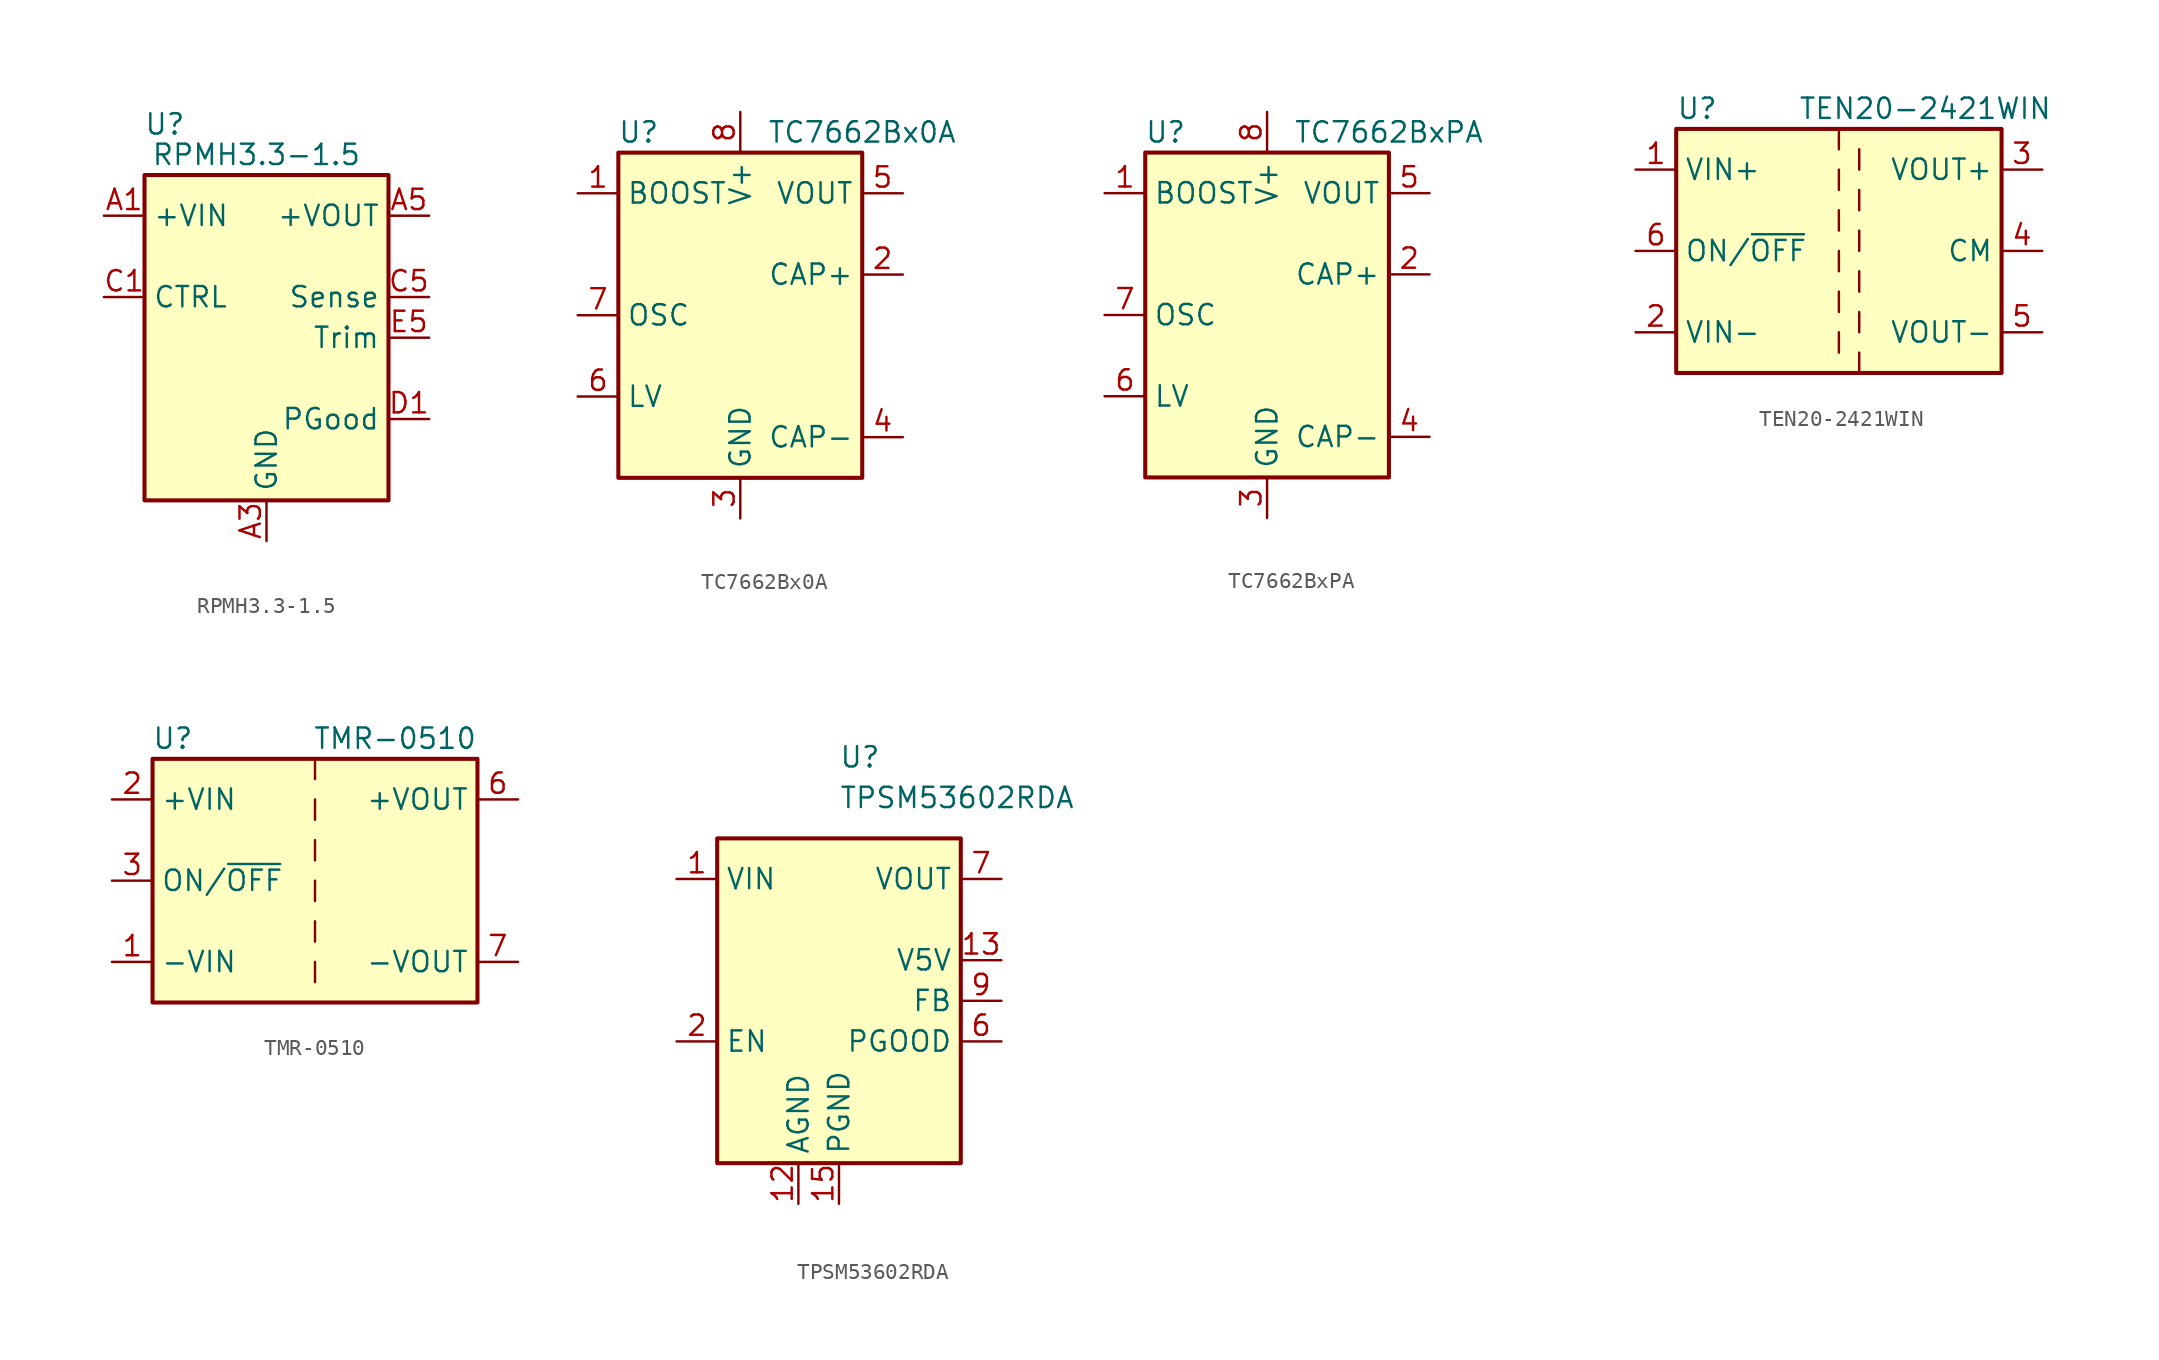
<source format=kicad_sym>
(kicad_symbol_lib
  (version 20211014)
  (generator kicad_symbol_editor)
  (symbol "RPMH3.3-1.5"
    (property "Reference" "U"
      (at -6.35 13.335 0)
      (effects (font (size 1.27 1.27))))
    (property "Value" "RPMH3.3-1.5"
      (at -0.635 11.43 0)
      (effects (font (size 1.27 1.27))))
    (symbol "RPMH3.3-1.5_0_1"
      (rectangle (start -7.62 10.16) (end 7.62 -10.16) (stroke (width 0.254) (type default) (color 0 0 0 0)) (fill (type background))))
    (symbol "RPMH3.3-1.5_1_1"
      (pin power_in line (at -10.16 7.62 0) (length 2.54) (name "+VIN" (effects (font (size 1.27 1.27)))) (number "A1" (effects (font (size 1.27 1.27)))))
      (pin passive line (at -10.16 7.62 0) (length 2.54) hide (name "+VIN" (effects (font (size 1.27 1.27)))) (number "A2" (effects (font (size 1.27 1.27)))))
      (pin power_in line (at 0 -12.7 90) (length 2.54) (name "GND" (effects (font (size 1.27 1.27)))) (number "A3" (effects (font (size 1.27 1.27)))))
      (pin passive line (at 0 -12.7 90) (length 2.54) hide (name "GND" (effects (font (size 1.27 1.27)))) (number "A4" (effects (font (size 1.27 1.27)))))
      (pin power_out line (at 10.16 7.62 180) (length 2.54) (name "+VOUT" (effects (font (size 1.27 1.27)))) (number "A5" (effects (font (size 1.27 1.27)))))
      (pin passive line (at 0 -12.7 90) (length 2.54) hide (name "GND" (effects (font (size 1.27 1.27)))) (number "B1" (effects (font (size 1.27 1.27)))))
      (pin passive line (at 0 -12.7 90) (length 2.54) hide (name "GND" (effects (font (size 1.27 1.27)))) (number "B2" (effects (font (size 1.27 1.27)))))
      (pin passive line (at 0 -12.7 90) (length 2.54) hide (name "GND" (effects (font (size 1.27 1.27)))) (number "B3" (effects (font (size 1.27 1.27)))))
      (pin passive line (at 0 -12.7 90) (length 2.54) hide (name "GND" (effects (font (size 1.27 1.27)))) (number "B4" (effects (font (size 1.27 1.27)))))
      (pin passive line (at 10.16 7.62 180) (length 2.54) hide (name "+VOUT" (effects (font (size 1.27 1.27)))) (number "B5" (effects (font (size 1.27 1.27)))))
      (pin input line (at -10.16 2.54 0) (length 2.54) (name "CTRL" (effects (font (size 1.27 1.27)))) (number "C1" (effects (font (size 1.27 1.27)))))
      (pin passive line (at 0 -12.7 90) (length 2.54) hide (name "GND" (effects (font (size 1.27 1.27)))) (number "C2" (effects (font (size 1.27 1.27)))))
      (pin passive line (at 0 -12.7 90) (length 2.54) hide (name "GND" (effects (font (size 1.27 1.27)))) (number "C3" (effects (font (size 1.27 1.27)))))
      (pin passive line (at 0 -12.7 90) (length 2.54) hide (name "GND" (effects (font (size 1.27 1.27)))) (number "C4" (effects (font (size 1.27 1.27)))))
      (pin input line (at 10.16 2.54 180) (length 2.54) (name "Sense" (effects (font (size 1.27 1.27)))) (number "C5" (effects (font (size 1.27 1.27)))))
      (pin output line (at 10.16 -5.08 180) (length 2.54) (name "PGood" (effects (font (size 1.27 1.27)))) (number "D1" (effects (font (size 1.27 1.27)))))
      (pin passive line (at 0 -12.7 90) (length 2.54) hide (name "GND" (effects (font (size 1.27 1.27)))) (number "D2" (effects (font (size 1.27 1.27)))))
      (pin passive line (at 0 -12.7 90) (length 2.54) hide (name "GND" (effects (font (size 1.27 1.27)))) (number "D3" (effects (font (size 1.27 1.27)))))
      (pin passive line (at 0 -12.7 90) (length 2.54) hide (name "GND" (effects (font (size 1.27 1.27)))) (number "D4" (effects (font (size 1.27 1.27)))))
      (pin passive line (at 0 -12.7 90) (length 2.54) hide (name "GND" (effects (font (size 1.27 1.27)))) (number "D5" (effects (font (size 1.27 1.27)))))
      (pin no_connect line (at -7.62 -2.54 0) (length 2.54) hide (name "NC" (effects (font (size 1.27 1.27)))) (number "E1" (effects (font (size 1.27 1.27)))))
      (pin no_connect line (at -7.62 -5.08 0) (length 2.54) hide (name "NC" (effects (font (size 1.27 1.27)))) (number "E2" (effects (font (size 1.27 1.27)))))
      (pin passive line (at 0 -12.7 90) (length 2.54) hide (name "GND" (effects (font (size 1.27 1.27)))) (number "E3" (effects (font (size 1.27 1.27)))))
      (pin passive line (at 0 -12.7 90) (length 2.54) hide (name "GND" (effects (font (size 1.27 1.27)))) (number "E4" (effects (font (size 1.27 1.27)))))
      (pin input line (at 10.16 0 180) (length 2.54) (name "Trim" (effects (font (size 1.27 1.27)))) (number "E5" (effects (font (size 1.27 1.27)))))))
  (symbol "TC7662Bx0A"
    (property "Reference" "U"
      (at -6.35 11.43 0)
      (effects (font (size 1.27 1.27))))
    (property "Value" "TC7662Bx0A"
      (at 7.62 11.43 0)
      (effects (font (size 1.27 1.27))))
    (symbol "TC7662Bx0A_0_1"
      (rectangle (start -7.62 10.16) (end 7.62 -10.16) (stroke (width 0.254) (type default) (color 0 0 0 0)) (fill (type background))))
    (symbol "TC7662Bx0A_1_1"
      (pin input line (at -10.16 7.62 0) (length 2.54) (name "BOOST" (effects (font (size 1.27 1.27)))) (number "1" (effects (font (size 1.27 1.27)))))
      (pin passive line (at 10.16 2.54 180) (length 2.54) (name "CAP+" (effects (font (size 1.27 1.27)))) (number "2" (effects (font (size 1.27 1.27)))))
      (pin power_in line (at 0 -12.7 90) (length 2.54) (name "GND" (effects (font (size 1.27 1.27)))) (number "3" (effects (font (size 1.27 1.27)))))
      (pin passive line (at 10.16 -7.62 180) (length 2.54) (name "CAP-" (effects (font (size 1.27 1.27)))) (number "4" (effects (font (size 1.27 1.27)))))
      (pin power_out line (at 10.16 7.62 180) (length 2.54) (name "VOUT" (effects (font (size 1.27 1.27)))) (number "5" (effects (font (size 1.27 1.27)))))
      (pin input line (at -10.16 -5.08 0) (length 2.54) (name "LV" (effects (font (size 1.27 1.27)))) (number "6" (effects (font (size 1.27 1.27)))))
      (pin passive line (at -10.16 0 0) (length 2.54) (name "OSC" (effects (font (size 1.27 1.27)))) (number "7" (effects (font (size 1.27 1.27)))))
      (pin power_in line (at 0 12.7 270) (length 2.54) (name "V+" (effects (font (size 1.27 1.27)))) (number "8" (effects (font (size 1.27 1.27)))))))
  (symbol "TC7662BxPA"
    (property "Reference" "U"
      (at -6.35 11.43 0)
      (effects (font (size 1.27 1.27))))
    (property "Value" "TC7662BxPA"
      (at 7.62 11.43 0)
      (effects (font (size 1.27 1.27))))
    (symbol "TC7662BxPA_0_1"
      (rectangle (start -7.62 10.16) (end 7.62 -10.16) (stroke (width 0.254) (type default) (color 0 0 0 0)) (fill (type background))))
    (symbol "TC7662BxPA_1_1"
      (pin input line (at -10.16 7.62 0) (length 2.54) (name "BOOST" (effects (font (size 1.27 1.27)))) (number "1" (effects (font (size 1.27 1.27)))))
      (pin passive line (at 10.16 2.54 180) (length 2.54) (name "CAP+" (effects (font (size 1.27 1.27)))) (number "2" (effects (font (size 1.27 1.27)))))
      (pin power_in line (at 0 -12.7 90) (length 2.54) (name "GND" (effects (font (size 1.27 1.27)))) (number "3" (effects (font (size 1.27 1.27)))))
      (pin passive line (at 10.16 -7.62 180) (length 2.54) (name "CAP-" (effects (font (size 1.27 1.27)))) (number "4" (effects (font (size 1.27 1.27)))))
      (pin power_out line (at 10.16 7.62 180) (length 2.54) (name "VOUT" (effects (font (size 1.27 1.27)))) (number "5" (effects (font (size 1.27 1.27)))))
      (pin input line (at -10.16 -5.08 0) (length 2.54) (name "LV" (effects (font (size 1.27 1.27)))) (number "6" (effects (font (size 1.27 1.27)))))
      (pin passive line (at -10.16 0 0) (length 2.54) (name "OSC" (effects (font (size 1.27 1.27)))) (number "7" (effects (font (size 1.27 1.27)))))
      (pin power_in line (at 0 12.7 270) (length 2.54) (name "V+" (effects (font (size 1.27 1.27)))) (number "8" (effects (font (size 1.27 1.27)))))))
  (symbol "TEN20-2421WIN"
    (property "Reference" "U"
      (at -10.16 8.89 0)
      (effects (font (size 1.27 1.27)) (justify left)))
    (property "Value" "TEN20-2421WIN"
      (at -2.54 8.89 0)
      (effects (font (size 1.27 1.27)) (justify left)))
    (symbol "TEN20-2421WIN_0_1"
      (rectangle (start -10.16 7.62) (end 10.16 -7.62) (stroke (width 0.254) (type default) (color 0 0 0 0)) (fill (type background)))
      (polyline (pts (xy 0 -5.08) (xy 0 -6.35)) (stroke (width 0) (type default) (color 0 0 0 0)) (fill (type none)))
      (polyline (pts (xy 0 -2.54) (xy 0 -3.81)) (stroke (width 0) (type default) (color 0 0 0 0)) (fill (type none)))
      (polyline (pts (xy 0 0) (xy 0 -1.27)) (stroke (width 0) (type default) (color 0 0 0 0)) (fill (type none)))
      (polyline (pts (xy 0 2.54) (xy 0 1.27)) (stroke (width 0) (type default) (color 0 0 0 0)) (fill (type none)))
      (polyline (pts (xy 0 5.08) (xy 0 3.81)) (stroke (width 0) (type default) (color 0 0 0 0)) (fill (type none)))
      (polyline (pts (xy 0 7.62) (xy 0 6.35)) (stroke (width 0) (type default) (color 0 0 0 0)) (fill (type none)))
      (polyline (pts (xy 1.27 -7.62) (xy 1.27 -6.35)) (stroke (width 0) (type default) (color 0 0 0 0)) (fill (type none)))
      (polyline (pts (xy 1.27 -5.08) (xy 1.27 -3.81)) (stroke (width 0) (type default) (color 0 0 0 0)) (fill (type none)))
      (polyline (pts (xy 1.27 -2.54) (xy 1.27 -1.27)) (stroke (width 0) (type default) (color 0 0 0 0)) (fill (type none)))
      (polyline (pts (xy 1.27 0) (xy 1.27 1.27)) (stroke (width 0) (type default) (color 0 0 0 0)) (fill (type none)))
      (polyline (pts (xy 1.27 2.54) (xy 1.27 3.81)) (stroke (width 0) (type default) (color 0 0 0 0)) (fill (type none)))
      (polyline (pts (xy 1.27 5.08) (xy 1.27 6.35)) (stroke (width 0) (type default) (color 0 0 0 0)) (fill (type none))))
    (symbol "TEN20-2421WIN_1_1"
      (pin power_in line (at -12.7 5.08 0) (length 2.54) (name "VIN+" (effects (font (size 1.27 1.27)))) (number "1" (effects (font (size 1.27 1.27)))))
      (pin power_in line (at -12.7 -5.08 0) (length 2.54) (name "VIN-" (effects (font (size 1.27 1.27)))) (number "2" (effects (font (size 1.27 1.27)))))
      (pin power_out line (at 12.7 5.08 180) (length 2.54) (name "VOUT+" (effects (font (size 1.27 1.27)))) (number "3" (effects (font (size 1.27 1.27)))))
      (pin power_out line (at 12.7 0 180) (length 2.54) (name "CM" (effects (font (size 1.27 1.27)))) (number "4" (effects (font (size 1.27 1.27)))))
      (pin power_out line (at 12.7 -5.08 180) (length 2.54) (name "VOUT-" (effects (font (size 1.27 1.27)))) (number "5" (effects (font (size 1.27 1.27)))))
      (pin input line (at -12.7 0 0) (length 2.54) (name "ON/~{OFF}" (effects (font (size 1.27 1.27)))) (number "6" (effects (font (size 1.27 1.27)))))))
  (symbol "TMR-0510"
    (property "Reference" "U"
      (at -8.89 8.89 0)
      (effects (font (size 1.27 1.27))))
    (property "Value" "TMR-0510"
      (at 10.16 8.89 0)
      (effects (font (size 1.27 1.27)) (justify right)))
    (symbol "TMR-0510_0_1"
      (rectangle (start -10.16 7.62) (end 10.16 -7.62) (stroke (width 0.254) (type default) (color 0 0 0 0)) (fill (type background)))
      (polyline (pts (xy 0 -5.08) (xy 0 -6.35)) (stroke (width 0) (type default) (color 0 0 0 0)) (fill (type none)))
      (polyline (pts (xy 0 -2.54) (xy 0 -3.81)) (stroke (width 0) (type default) (color 0 0 0 0)) (fill (type none)))
      (polyline (pts (xy 0 0) (xy 0 -1.27)) (stroke (width 0) (type default) (color 0 0 0 0)) (fill (type none)))
      (polyline (pts (xy 0 2.54) (xy 0 1.27)) (stroke (width 0) (type default) (color 0 0 0 0)) (fill (type none)))
      (polyline (pts (xy 0 5.08) (xy 0 3.81)) (stroke (width 0) (type default) (color 0 0 0 0)) (fill (type none)))
      (polyline (pts (xy 0 7.62) (xy 0 6.35)) (stroke (width 0) (type default) (color 0 0 0 0)) (fill (type none))))
    (symbol "TMR-0510_1_1"
      (pin power_in line (at -12.7 -5.08 0) (length 2.54) (name "-VIN" (effects (font (size 1.27 1.27)))) (number "1" (effects (font (size 1.27 1.27)))))
      (pin power_in line (at -12.7 5.08 0) (length 2.54) (name "+VIN" (effects (font (size 1.27 1.27)))) (number "2" (effects (font (size 1.27 1.27)))))
      (pin input line (at -12.7 0 0) (length 2.54) (name "ON/~{OFF}" (effects (font (size 1.27 1.27)))) (number "3" (effects (font (size 1.27 1.27)))))
      (pin no_connect line (at 10.16 2.54 180) (length 2.54) hide (name "NC" (effects (font (size 1.27 1.27)))) (number "5" (effects (font (size 1.27 1.27)))))
      (pin power_out line (at 12.7 5.08 180) (length 2.54) (name "+VOUT" (effects (font (size 1.27 1.27)))) (number "6" (effects (font (size 1.27 1.27)))))
      (pin power_out line (at 12.7 -5.08 180) (length 2.54) (name "-VOUT" (effects (font (size 1.27 1.27)))) (number "7" (effects (font (size 1.27 1.27)))))
      (pin no_connect line (at 10.16 0 180) (length 2.54) hide (name "NC" (effects (font (size 1.27 1.27)))) (number "8" (effects (font (size 1.27 1.27)))))))
  (symbol "TPSM53602RDA"
    (property "Reference" "U"
      (at 0 15.24 0)
      (effects (font (size 1.27 1.27)) (justify left)))
    (property "Value" "TPSM53602RDA"
      (at 0 12.7 0)
      (effects (font (size 1.27 1.27)) (justify left)))
    (symbol "TPSM53602RDA_0_1"
      (rectangle (start 7.62 10.16) (end -7.62 -10.16) (stroke (width 0.254) (type default) (color 0 0 0 0)) (fill (type background))))
    (symbol "TPSM53602RDA_1_1"
      (pin power_in line (at -10.16 7.62 0) (length 2.54) (name "VIN" (effects (font (size 1.27 1.27)))) (number "1" (effects (font (size 1.27 1.27)))))
      (pin passive line (at 0 -12.7 90) (length 2.54) hide (name "PGND" (effects (font (size 1.27 1.27)))) (number "10" (effects (font (size 1.27 1.27)))))
      (pin passive line (at 0 -12.7 90) (length 2.54) hide (name "PGND" (effects (font (size 1.27 1.27)))) (number "11" (effects (font (size 1.27 1.27)))))
      (pin power_in line (at -2.54 -12.7 90) (length 2.54) (name "AGND" (effects (font (size 1.27 1.27)))) (number "12" (effects (font (size 1.27 1.27)))))
      (pin output line (at 10.16 2.54 180) (length 2.54) (name "V5V" (effects (font (size 1.27 1.27)))) (number "13" (effects (font (size 1.27 1.27)))))
      (pin passive line (at -10.16 7.62 0) (length 2.54) hide (name "VIN" (effects (font (size 1.27 1.27)))) (number "14" (effects (font (size 1.27 1.27)))))
      (pin power_in line (at 0 -12.7 90) (length 2.54) (name "PGND" (effects (font (size 1.27 1.27)))) (number "15" (effects (font (size 1.27 1.27)))))
      (pin input line (at -10.16 -2.54 0) (length 2.54) (name "EN" (effects (font (size 1.27 1.27)))) (number "2" (effects (font (size 1.27 1.27)))))
      (pin passive line (at 0 -12.7 90) (length 2.54) hide (name "PGND" (effects (font (size 1.27 1.27)))) (number "3" (effects (font (size 1.27 1.27)))))
      (pin no_connect line (at -7.62 2.54 0) (length 2.54) hide (name "DNC" (effects (font (size 1.27 1.27)))) (number "4" (effects (font (size 1.27 1.27)))))
      (pin no_connect line (at -7.62 0 0) (length 2.54) hide (name "DNC" (effects (font (size 1.27 1.27)))) (number "5" (effects (font (size 1.27 1.27)))))
      (pin open_collector line (at 10.16 -2.54 180) (length 2.54) (name "PGOOD" (effects (font (size 1.27 1.27)))) (number "6" (effects (font (size 1.27 1.27)))))
      (pin power_out line (at 10.16 7.62 180) (length 2.54) (name "VOUT" (effects (font (size 1.27 1.27)))) (number "7" (effects (font (size 1.27 1.27)))))
      (pin passive line (at 10.16 7.62 180) (length 2.54) hide (name "VOUT" (effects (font (size 1.27 1.27)))) (number "8" (effects (font (size 1.27 1.27)))))
      (pin input line (at 10.16 0 180) (length 2.54) (name "FB" (effects (font (size 1.27 1.27)))) (number "9" (effects (font (size 1.27 1.27))))))))
</source>
